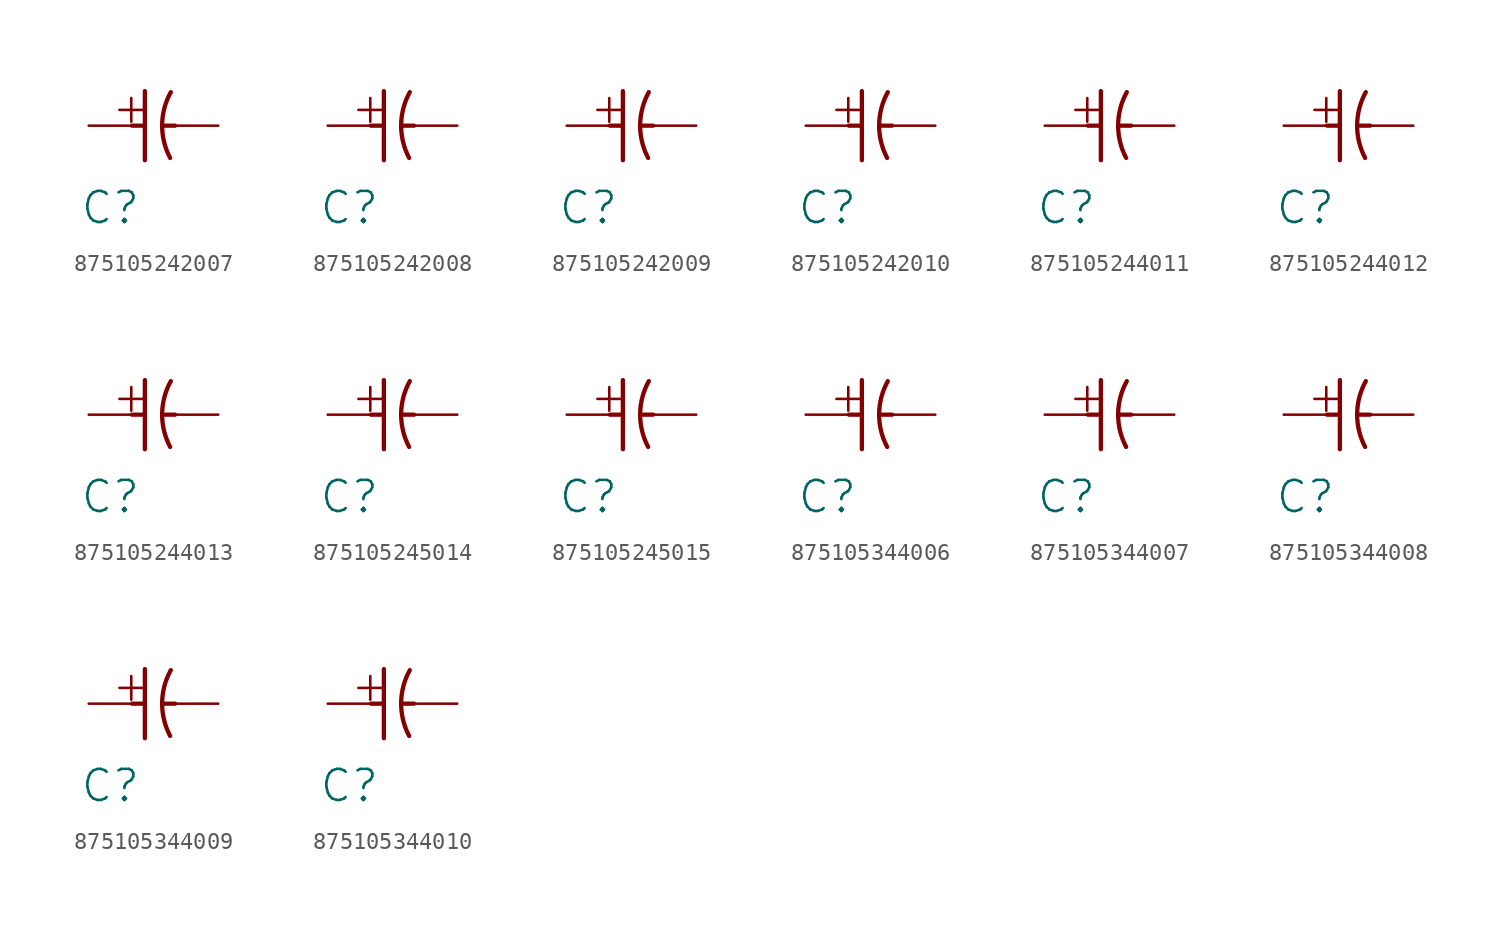
<source format=kicad_sym>
(kicad_symbol_lib
  (version 20231120)
  (generator "kicad_symbol_editor")
  (generator_version "8.0")
  (symbol "875105242007"
    (property "Reference" "C"
      (at 1.27 -4.826 0)
      (effects (font (size 1.829 1.829))))
    (symbol "875105242007_1_0"
      (polyline (pts (xy 2.54 0) (xy 3.302 0)) (stroke (width 0.254) (type solid)) (fill (type none)))
      (polyline (pts (xy 3.302 2.032) (xy 3.302 -2.032)) (stroke (width 0.254) (type solid)) (fill (type none)))
      (polyline (pts (xy 5.08 0) (xy 4.318 0)) (stroke (width 0.254) (type solid)) (fill (type none)))
      (arc (start 4.8275 1.9703) (mid 4.3182 0.0411) (end 4.7884 -1.898) (stroke (width 0.254) (type solid)) (fill (type none)))
      (text "+" (at 1.27 0 0) (effects (font (size 1.829 1.829)) (justify left bottom)))
      (pin passive line (at 0 0 0) (length 2.54) (name "P" (effects (font (size 0 0)))) (number "1" (effects (font (size 0 0)))))
      (pin passive line (at 7.62 0 180) (length 2.54) (name "N" (effects (font (size 0 0)))) (number "2" (effects (font (size 0 0)))))))
  (symbol "875105242008"
    (property "Reference" "C"
      (at 1.27 -4.826 0)
      (effects (font (size 1.829 1.829))))
    (symbol "875105242008_1_0"
      (polyline (pts (xy 2.54 0) (xy 3.302 0)) (stroke (width 0.254) (type solid)) (fill (type none)))
      (polyline (pts (xy 3.302 2.032) (xy 3.302 -2.032)) (stroke (width 0.254) (type solid)) (fill (type none)))
      (polyline (pts (xy 5.08 0) (xy 4.318 0)) (stroke (width 0.254) (type solid)) (fill (type none)))
      (arc (start 4.8275 1.9703) (mid 4.3182 0.0411) (end 4.7884 -1.898) (stroke (width 0.254) (type solid)) (fill (type none)))
      (text "+" (at 1.27 0 0) (effects (font (size 1.829 1.829)) (justify left bottom)))
      (pin passive line (at 0 0 0) (length 2.54) (name "P" (effects (font (size 0 0)))) (number "1" (effects (font (size 0 0)))))
      (pin passive line (at 7.62 0 180) (length 2.54) (name "N" (effects (font (size 0 0)))) (number "2" (effects (font (size 0 0)))))))
  (symbol "875105242009"
    (property "Reference" "C"
      (at 1.27 -4.826 0)
      (effects (font (size 1.829 1.829))))
    (symbol "875105242009_1_0"
      (polyline (pts (xy 2.54 0) (xy 3.302 0)) (stroke (width 0.254) (type solid)) (fill (type none)))
      (polyline (pts (xy 3.302 2.032) (xy 3.302 -2.032)) (stroke (width 0.254) (type solid)) (fill (type none)))
      (polyline (pts (xy 5.08 0) (xy 4.318 0)) (stroke (width 0.254) (type solid)) (fill (type none)))
      (arc (start 4.8275 1.9703) (mid 4.3182 0.0411) (end 4.7884 -1.898) (stroke (width 0.254) (type solid)) (fill (type none)))
      (text "+" (at 1.27 0 0) (effects (font (size 1.829 1.829)) (justify left bottom)))
      (pin passive line (at 0 0 0) (length 2.54) (name "P" (effects (font (size 0 0)))) (number "1" (effects (font (size 0 0)))))
      (pin passive line (at 7.62 0 180) (length 2.54) (name "N" (effects (font (size 0 0)))) (number "2" (effects (font (size 0 0)))))))
  (symbol "875105242010"
    (property "Reference" "C"
      (at 1.27 -4.826 0)
      (effects (font (size 1.829 1.829))))
    (symbol "875105242010_1_0"
      (polyline (pts (xy 2.54 0) (xy 3.302 0)) (stroke (width 0.254) (type solid)) (fill (type none)))
      (polyline (pts (xy 3.302 2.032) (xy 3.302 -2.032)) (stroke (width 0.254) (type solid)) (fill (type none)))
      (polyline (pts (xy 5.08 0) (xy 4.318 0)) (stroke (width 0.254) (type solid)) (fill (type none)))
      (arc (start 4.8275 1.9703) (mid 4.3182 0.0411) (end 4.7884 -1.898) (stroke (width 0.254) (type solid)) (fill (type none)))
      (text "+" (at 1.27 0 0) (effects (font (size 1.829 1.829)) (justify left bottom)))
      (pin passive line (at 0 0 0) (length 2.54) (name "P" (effects (font (size 0 0)))) (number "1" (effects (font (size 0 0)))))
      (pin passive line (at 7.62 0 180) (length 2.54) (name "N" (effects (font (size 0 0)))) (number "2" (effects (font (size 0 0)))))))
  (symbol "875105244011"
    (property "Reference" "C"
      (at 1.27 -4.826 0)
      (effects (font (size 1.829 1.829))))
    (symbol "875105244011_1_0"
      (polyline (pts (xy 2.54 0) (xy 3.302 0)) (stroke (width 0.254) (type solid)) (fill (type none)))
      (polyline (pts (xy 3.302 2.032) (xy 3.302 -2.032)) (stroke (width 0.254) (type solid)) (fill (type none)))
      (polyline (pts (xy 5.08 0) (xy 4.318 0)) (stroke (width 0.254) (type solid)) (fill (type none)))
      (arc (start 4.8275 1.9703) (mid 4.3182 0.0411) (end 4.7884 -1.898) (stroke (width 0.254) (type solid)) (fill (type none)))
      (text "+" (at 1.27 0 0) (effects (font (size 1.829 1.829)) (justify left bottom)))
      (pin passive line (at 0 0 0) (length 2.54) (name "P" (effects (font (size 0 0)))) (number "1" (effects (font (size 0 0)))))
      (pin passive line (at 7.62 0 180) (length 2.54) (name "N" (effects (font (size 0 0)))) (number "2" (effects (font (size 0 0)))))))
  (symbol "875105244012"
    (property "Reference" "C"
      (at 1.27 -4.826 0)
      (effects (font (size 1.829 1.829))))
    (symbol "875105244012_1_0"
      (polyline (pts (xy 2.54 0) (xy 3.302 0)) (stroke (width 0.254) (type solid)) (fill (type none)))
      (polyline (pts (xy 3.302 2.032) (xy 3.302 -2.032)) (stroke (width 0.254) (type solid)) (fill (type none)))
      (polyline (pts (xy 5.08 0) (xy 4.318 0)) (stroke (width 0.254) (type solid)) (fill (type none)))
      (arc (start 4.8275 1.9703) (mid 4.3182 0.0411) (end 4.7884 -1.898) (stroke (width 0.254) (type solid)) (fill (type none)))
      (text "+" (at 1.27 0 0) (effects (font (size 1.829 1.829)) (justify left bottom)))
      (pin passive line (at 0 0 0) (length 2.54) (name "P" (effects (font (size 0 0)))) (number "1" (effects (font (size 0 0)))))
      (pin passive line (at 7.62 0 180) (length 2.54) (name "N" (effects (font (size 0 0)))) (number "2" (effects (font (size 0 0)))))))
  (symbol "875105244013"
    (property "Reference" "C"
      (at 1.27 -4.826 0)
      (effects (font (size 1.829 1.829))))
    (symbol "875105244013_1_0"
      (polyline (pts (xy 2.54 0) (xy 3.302 0)) (stroke (width 0.254) (type solid)) (fill (type none)))
      (polyline (pts (xy 3.302 2.032) (xy 3.302 -2.032)) (stroke (width 0.254) (type solid)) (fill (type none)))
      (polyline (pts (xy 5.08 0) (xy 4.318 0)) (stroke (width 0.254) (type solid)) (fill (type none)))
      (arc (start 4.8275 1.9703) (mid 4.3182 0.0411) (end 4.7884 -1.898) (stroke (width 0.254) (type solid)) (fill (type none)))
      (text "+" (at 1.27 0 0) (effects (font (size 1.829 1.829)) (justify left bottom)))
      (pin passive line (at 0 0 0) (length 2.54) (name "P" (effects (font (size 0 0)))) (number "1" (effects (font (size 0 0)))))
      (pin passive line (at 7.62 0 180) (length 2.54) (name "N" (effects (font (size 0 0)))) (number "2" (effects (font (size 0 0)))))))
  (symbol "875105245014"
    (property "Reference" "C"
      (at 1.27 -4.826 0)
      (effects (font (size 1.829 1.829))))
    (symbol "875105245014_1_0"
      (polyline (pts (xy 2.54 0) (xy 3.302 0)) (stroke (width 0.254) (type solid)) (fill (type none)))
      (polyline (pts (xy 3.302 2.032) (xy 3.302 -2.032)) (stroke (width 0.254) (type solid)) (fill (type none)))
      (polyline (pts (xy 5.08 0) (xy 4.318 0)) (stroke (width 0.254) (type solid)) (fill (type none)))
      (arc (start 4.8275 1.9703) (mid 4.3182 0.0411) (end 4.7884 -1.898) (stroke (width 0.254) (type solid)) (fill (type none)))
      (text "+" (at 1.27 0 0) (effects (font (size 1.829 1.829)) (justify left bottom)))
      (pin passive line (at 0 0 0) (length 2.54) (name "P" (effects (font (size 0 0)))) (number "1" (effects (font (size 0 0)))))
      (pin passive line (at 7.62 0 180) (length 2.54) (name "N" (effects (font (size 0 0)))) (number "2" (effects (font (size 0 0)))))))
  (symbol "875105245015"
    (property "Reference" "C"
      (at 1.27 -4.826 0)
      (effects (font (size 1.829 1.829))))
    (symbol "875105245015_1_0"
      (polyline (pts (xy 2.54 0) (xy 3.302 0)) (stroke (width 0.254) (type solid)) (fill (type none)))
      (polyline (pts (xy 3.302 2.032) (xy 3.302 -2.032)) (stroke (width 0.254) (type solid)) (fill (type none)))
      (polyline (pts (xy 5.08 0) (xy 4.318 0)) (stroke (width 0.254) (type solid)) (fill (type none)))
      (arc (start 4.8275 1.9703) (mid 4.3182 0.0411) (end 4.7884 -1.898) (stroke (width 0.254) (type solid)) (fill (type none)))
      (text "+" (at 1.27 0 0) (effects (font (size 1.829 1.829)) (justify left bottom)))
      (pin passive line (at 0 0 0) (length 2.54) (name "P" (effects (font (size 0 0)))) (number "1" (effects (font (size 0 0)))))
      (pin passive line (at 7.62 0 180) (length 2.54) (name "N" (effects (font (size 0 0)))) (number "2" (effects (font (size 0 0)))))))
  (symbol "875105344006"
    (property "Reference" "C"
      (at 1.27 -4.826 0)
      (effects (font (size 1.829 1.829))))
    (symbol "875105344006_1_0"
      (polyline (pts (xy 2.54 0) (xy 3.302 0)) (stroke (width 0.254) (type solid)) (fill (type none)))
      (polyline (pts (xy 3.302 2.032) (xy 3.302 -2.032)) (stroke (width 0.254) (type solid)) (fill (type none)))
      (polyline (pts (xy 5.08 0) (xy 4.318 0)) (stroke (width 0.254) (type solid)) (fill (type none)))
      (arc (start 4.8275 1.9703) (mid 4.3182 0.0411) (end 4.7884 -1.898) (stroke (width 0.254) (type solid)) (fill (type none)))
      (text "+" (at 1.27 0 0) (effects (font (size 1.829 1.829)) (justify left bottom)))
      (pin passive line (at 0 0 0) (length 2.54) (name "P" (effects (font (size 0 0)))) (number "1" (effects (font (size 0 0)))))
      (pin passive line (at 7.62 0 180) (length 2.54) (name "N" (effects (font (size 0 0)))) (number "2" (effects (font (size 0 0)))))))
  (symbol "875105344007"
    (property "Reference" "C"
      (at 1.27 -4.826 0)
      (effects (font (size 1.829 1.829))))
    (symbol "875105344007_1_0"
      (polyline (pts (xy 2.54 0) (xy 3.302 0)) (stroke (width 0.254) (type solid)) (fill (type none)))
      (polyline (pts (xy 3.302 2.032) (xy 3.302 -2.032)) (stroke (width 0.254) (type solid)) (fill (type none)))
      (polyline (pts (xy 5.08 0) (xy 4.318 0)) (stroke (width 0.254) (type solid)) (fill (type none)))
      (arc (start 4.8275 1.9703) (mid 4.3182 0.0411) (end 4.7884 -1.898) (stroke (width 0.254) (type solid)) (fill (type none)))
      (text "+" (at 1.27 0 0) (effects (font (size 1.829 1.829)) (justify left bottom)))
      (pin passive line (at 0 0 0) (length 2.54) (name "P" (effects (font (size 0 0)))) (number "1" (effects (font (size 0 0)))))
      (pin passive line (at 7.62 0 180) (length 2.54) (name "N" (effects (font (size 0 0)))) (number "2" (effects (font (size 0 0)))))))
  (symbol "875105344008"
    (property "Reference" "C"
      (at 1.27 -4.826 0)
      (effects (font (size 1.829 1.829))))
    (symbol "875105344008_1_0"
      (polyline (pts (xy 2.54 0) (xy 3.302 0)) (stroke (width 0.254) (type solid)) (fill (type none)))
      (polyline (pts (xy 3.302 2.032) (xy 3.302 -2.032)) (stroke (width 0.254) (type solid)) (fill (type none)))
      (polyline (pts (xy 5.08 0) (xy 4.318 0)) (stroke (width 0.254) (type solid)) (fill (type none)))
      (arc (start 4.8275 1.9703) (mid 4.3182 0.0411) (end 4.7884 -1.898) (stroke (width 0.254) (type solid)) (fill (type none)))
      (text "+" (at 1.27 0 0) (effects (font (size 1.829 1.829)) (justify left bottom)))
      (pin passive line (at 0 0 0) (length 2.54) (name "P" (effects (font (size 0 0)))) (number "1" (effects (font (size 0 0)))))
      (pin passive line (at 7.62 0 180) (length 2.54) (name "N" (effects (font (size 0 0)))) (number "2" (effects (font (size 0 0)))))))
  (symbol "875105344009"
    (property "Reference" "C"
      (at 1.27 -4.826 0)
      (effects (font (size 1.829 1.829))))
    (symbol "875105344009_1_0"
      (polyline (pts (xy 2.54 0) (xy 3.302 0)) (stroke (width 0.254) (type solid)) (fill (type none)))
      (polyline (pts (xy 3.302 2.032) (xy 3.302 -2.032)) (stroke (width 0.254) (type solid)) (fill (type none)))
      (polyline (pts (xy 5.08 0) (xy 4.318 0)) (stroke (width 0.254) (type solid)) (fill (type none)))
      (arc (start 4.8275 1.9703) (mid 4.3182 0.0411) (end 4.7884 -1.898) (stroke (width 0.254) (type solid)) (fill (type none)))
      (text "+" (at 1.27 0 0) (effects (font (size 1.829 1.829)) (justify left bottom)))
      (pin passive line (at 0 0 0) (length 2.54) (name "P" (effects (font (size 0 0)))) (number "1" (effects (font (size 0 0)))))
      (pin passive line (at 7.62 0 180) (length 2.54) (name "N" (effects (font (size 0 0)))) (number "2" (effects (font (size 0 0)))))))
  (symbol "875105344010"
    (property "Reference" "C"
      (at 1.27 -4.826 0)
      (effects (font (size 1.829 1.829))))
    (symbol "875105344010_1_0"
      (polyline (pts (xy 2.54 0) (xy 3.302 0)) (stroke (width 0.254) (type solid)) (fill (type none)))
      (polyline (pts (xy 3.302 2.032) (xy 3.302 -2.032)) (stroke (width 0.254) (type solid)) (fill (type none)))
      (polyline (pts (xy 5.08 0) (xy 4.318 0)) (stroke (width 0.254) (type solid)) (fill (type none)))
      (arc (start 4.8275 1.9703) (mid 4.3182 0.0411) (end 4.7884 -1.898) (stroke (width 0.254) (type solid)) (fill (type none)))
      (text "+" (at 1.27 0 0) (effects (font (size 1.829 1.829)) (justify left bottom)))
      (pin passive line (at 0 0 0) (length 2.54) (name "P" (effects (font (size 0 0)))) (number "1" (effects (font (size 0 0)))))
      (pin passive line (at 7.62 0 180) (length 2.54) (name "N" (effects (font (size 0 0)))) (number "2" (effects (font (size 0 0))))))))
</source>
